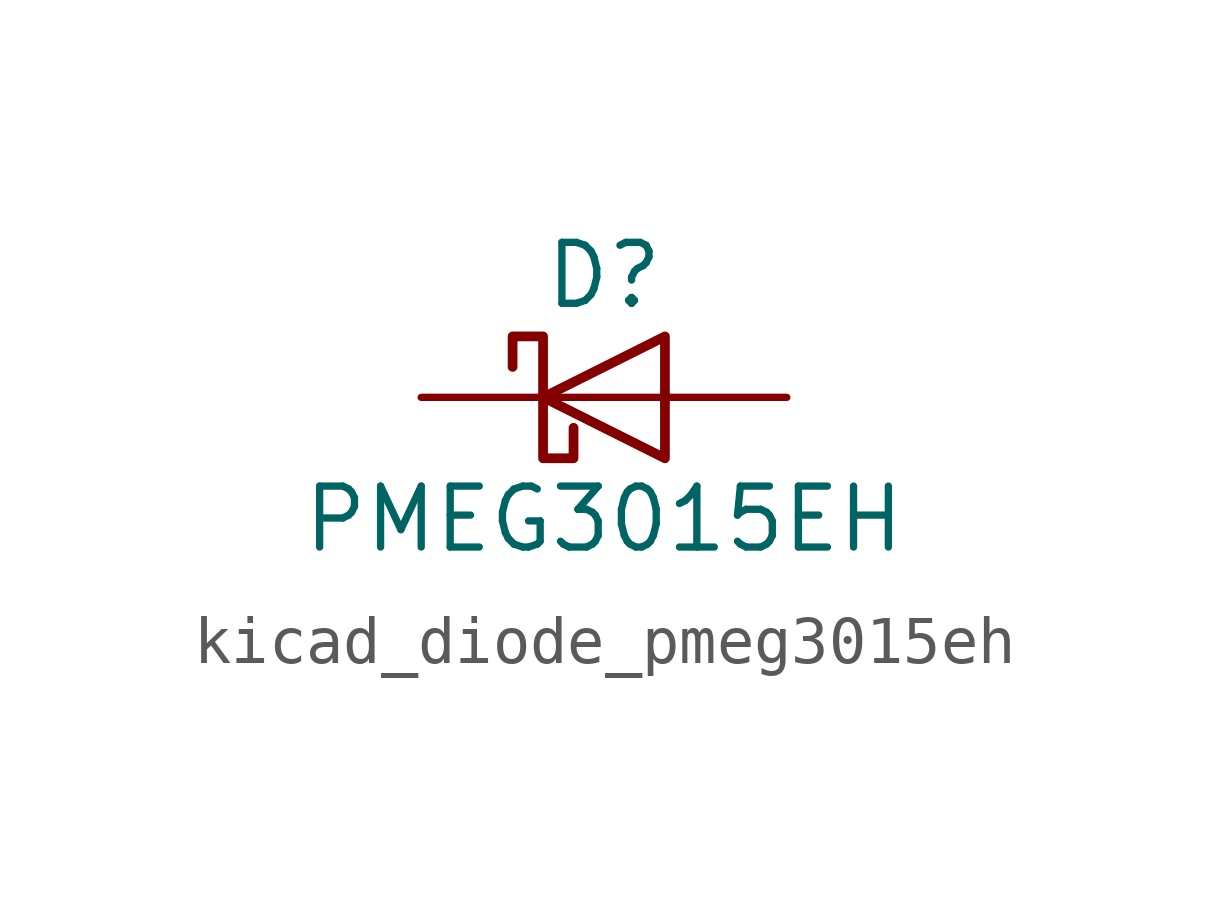
<source format=kicad_sym>
(kicad_symbol_lib
  (version 20220914)
  (generator kicad_symbol_editor)
  (symbol "kicad_diode_pmeg3015eh"
    (pin_numbers hide)
    (pin_names hide)
    (property "Reference" "D"
      (at 0 2.54 0)
      (effects (font (size 1.27 1.27))))
    (property "Value" "PMEG3015EH"
      (at 0 -2.54 0)
      (effects (font (size 1.27 1.27))))
    (symbol "kicad_diode_pmeg3015eh_0_1"
      (polyline (pts (xy 1.27 0) (xy -1.27 0)) (stroke (width 0) (type default)) (fill (type none)))
      (polyline (pts (xy 1.27 1.27) (xy 1.27 -1.27) (xy -1.27 0) (xy 1.27 1.27)) (stroke (width 0.203) (type default)) (fill (type none)))
      (polyline (pts (xy -1.905 0.635) (xy -1.905 1.27) (xy -1.27 1.27) (xy -1.27 -1.27) (xy -0.635 -1.27) (xy -0.635 -0.635)) (stroke (width 0.203) (type default)) (fill (type none))))
    (symbol "kicad_diode_pmeg3015eh_1_1"
      (pin passive line (at -3.81 0 0) (length 2.54) (name "K" (effects (font (size 1.27 1.27)))) (number "1" (effects (font (size 1.27 1.27)))))
      (pin passive line (at 3.81 0 180) (length 2.54) (name "A" (effects (font (size 1.27 1.27)))) (number "2" (effects (font (size 1.27 1.27))))))))
</source>
